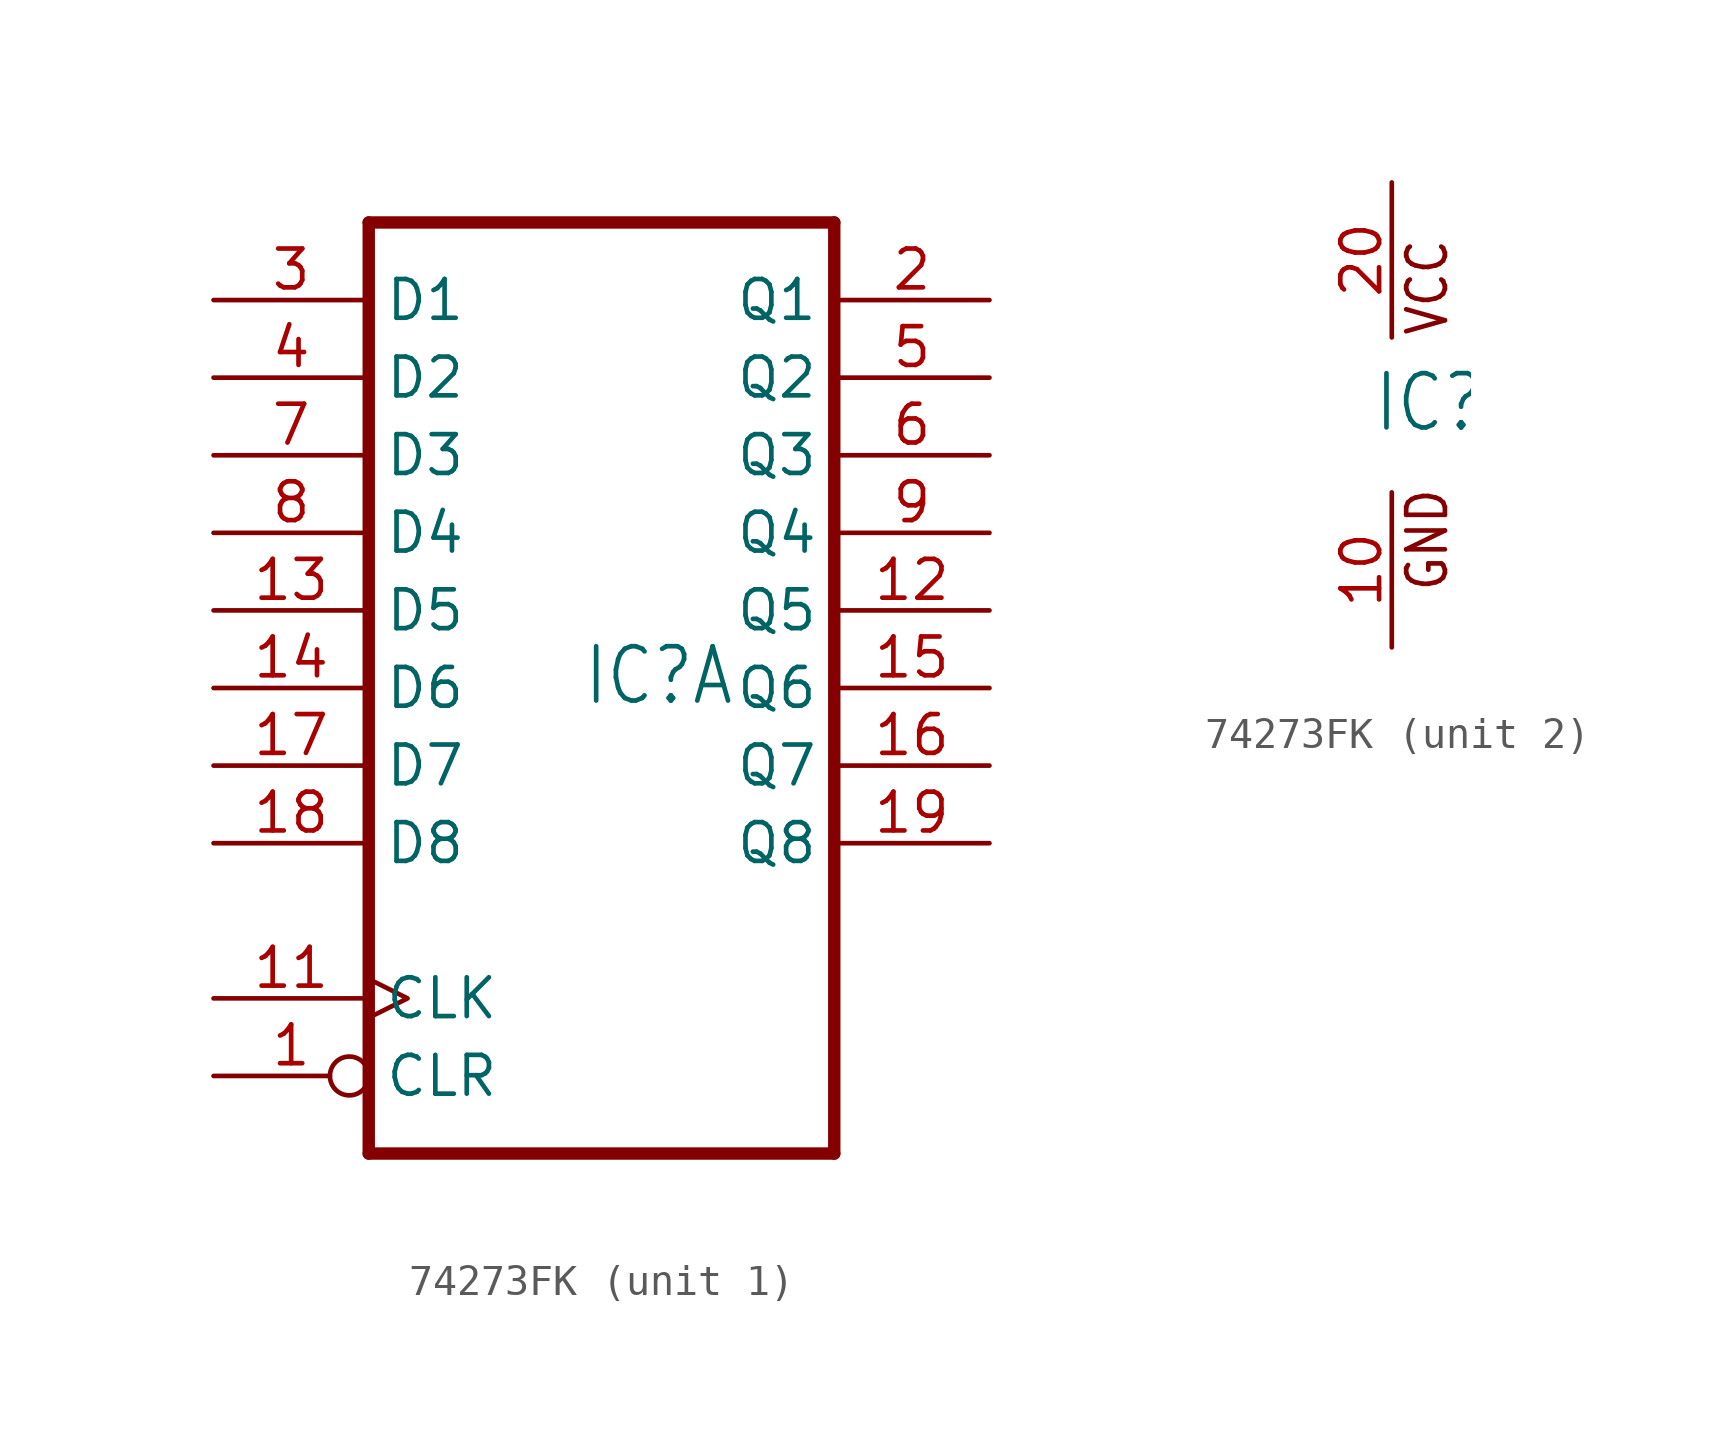
<source format=kicad_sym>
(kicad_symbol_lib
  (version 20211014)
  (generator kicad_symbol_editor)
  (symbol "74273FK"
    (property "Reference" "IC"
      (at -0.635 -0.635 0)
      (effects (font (size 1.778 1.511)) (justify left bottom)))
    (property "ki_locked" ""
      (at 0 0 0)
      (effects (font (size 1.27 1.27))))
    (symbol "74273FK_1_0"
      (polyline (pts (xy -7.62 -15.24) (xy 7.62 -15.24)) (stroke (width 0.406) (type default) (color 0 0 0 0)) (fill (type none)))
      (polyline (pts (xy -7.62 15.24) (xy -7.62 -15.24)) (stroke (width 0.406) (type default) (color 0 0 0 0)) (fill (type none)))
      (polyline (pts (xy 7.62 -15.24) (xy 7.62 15.24)) (stroke (width 0.406) (type default) (color 0 0 0 0)) (fill (type none)))
      (polyline (pts (xy 7.62 15.24) (xy -7.62 15.24)) (stroke (width 0.406) (type default) (color 0 0 0 0)) (fill (type none)))
      (pin input inverted (at -12.7 -12.7 0) (length 5.08) (name "CLR" (effects (font (size 1.27 1.27)))) (number "1" (effects (font (size 1.27 1.27)))))
      (pin input clock (at -12.7 -10.16 0) (length 5.08) (name "CLK" (effects (font (size 1.27 1.27)))) (number "11" (effects (font (size 1.27 1.27)))))
      (pin output line (at 12.7 2.54 180) (length 5.08) (name "Q5" (effects (font (size 1.27 1.27)))) (number "12" (effects (font (size 1.27 1.27)))))
      (pin input line (at -12.7 2.54 0) (length 5.08) (name "D5" (effects (font (size 1.27 1.27)))) (number "13" (effects (font (size 1.27 1.27)))))
      (pin input line (at -12.7 0 0) (length 5.08) (name "D6" (effects (font (size 1.27 1.27)))) (number "14" (effects (font (size 1.27 1.27)))))
      (pin output line (at 12.7 0 180) (length 5.08) (name "Q6" (effects (font (size 1.27 1.27)))) (number "15" (effects (font (size 1.27 1.27)))))
      (pin output line (at 12.7 -2.54 180) (length 5.08) (name "Q7" (effects (font (size 1.27 1.27)))) (number "16" (effects (font (size 1.27 1.27)))))
      (pin input line (at -12.7 -2.54 0) (length 5.08) (name "D7" (effects (font (size 1.27 1.27)))) (number "17" (effects (font (size 1.27 1.27)))))
      (pin input line (at -12.7 -5.08 0) (length 5.08) (name "D8" (effects (font (size 1.27 1.27)))) (number "18" (effects (font (size 1.27 1.27)))))
      (pin output line (at 12.7 -5.08 180) (length 5.08) (name "Q8" (effects (font (size 1.27 1.27)))) (number "19" (effects (font (size 1.27 1.27)))))
      (pin output line (at 12.7 12.7 180) (length 5.08) (name "Q1" (effects (font (size 1.27 1.27)))) (number "2" (effects (font (size 1.27 1.27)))))
      (pin input line (at -12.7 12.7 0) (length 5.08) (name "D1" (effects (font (size 1.27 1.27)))) (number "3" (effects (font (size 1.27 1.27)))))
      (pin input line (at -12.7 10.16 0) (length 5.08) (name "D2" (effects (font (size 1.27 1.27)))) (number "4" (effects (font (size 1.27 1.27)))))
      (pin output line (at 12.7 10.16 180) (length 5.08) (name "Q2" (effects (font (size 1.27 1.27)))) (number "5" (effects (font (size 1.27 1.27)))))
      (pin output line (at 12.7 7.62 180) (length 5.08) (name "Q3" (effects (font (size 1.27 1.27)))) (number "6" (effects (font (size 1.27 1.27)))))
      (pin input line (at -12.7 7.62 0) (length 5.08) (name "D3" (effects (font (size 1.27 1.27)))) (number "7" (effects (font (size 1.27 1.27)))))
      (pin input line (at -12.7 5.08 0) (length 5.08) (name "D4" (effects (font (size 1.27 1.27)))) (number "8" (effects (font (size 1.27 1.27)))))
      (pin output line (at 12.7 5.08 180) (length 5.08) (name "Q4" (effects (font (size 1.27 1.27)))) (number "9" (effects (font (size 1.27 1.27))))))
    (symbol "74273FK_2_0"
      (text "GND" (at 1.905 -5.842 900) (effects (font (size 1.27 1.079)) (justify left bottom)))
      (text "VCC" (at 1.905 2.54 900) (effects (font (size 1.27 1.079)) (justify left bottom)))
      (pin power_in line (at 0 -7.62 90) (length 5.08) (name "GND" (effects (font (size 0 0)))) (number "10" (effects (font (size 1.27 1.27)))))
      (pin power_in line (at 0 7.62 270) (length 5.08) (name "VCC" (effects (font (size 0 0)))) (number "20" (effects (font (size 1.27 1.27))))))))
</source>
